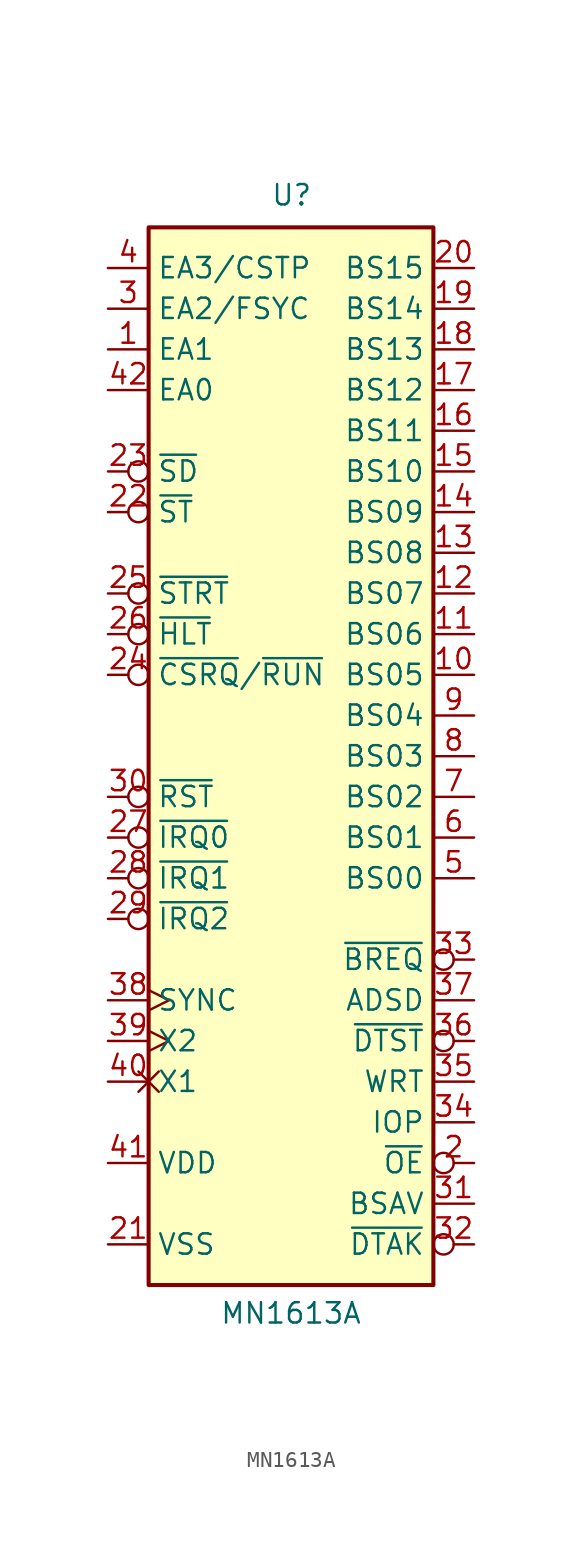
<source format=kicad_sym>
(kicad_symbol_lib
  (version 20231120)
  (generator "kicad_symbol_editor")
  (generator_version "8.0")
  (symbol "MN1613A"
    (property "Reference" "U"
      (at -1.27 34.29 0)
      (effects (font (size 1.27 1.27)) (justify left bottom)))
    (property "Value" "MN1613A"
      (at 0 -34.036 0)
      (effects (font (size 1.27 1.27)) (justify top)))
    (symbol "MN1613A_0_0"
      (pin output line (at -11.43 25.4 0) (length 2.54) (name "EA1" (effects (font (size 1.27 1.27)))) (number "1" (effects (font (size 1.27 1.27)))))
      (pin output line (at -11.43 22.86 0) (length 2.54) (name "EA0" (effects (font (size 1.27 1.27)))) (number "42" (effects (font (size 1.27 1.27))))))
    (symbol "MN1613A_0_1"
      (rectangle (start -8.89 -33.02) (end 8.89 33.02) (stroke (width 0.254) (type default)) (fill (type background))))
    (symbol "MN1613A_1_1"
      (pin bidirectional line (at 11.43 5.08 180) (length 2.54) (name "BS05" (effects (font (size 1.27 1.27)))) (number "10" (effects (font (size 1.27 1.27)))))
      (pin bidirectional line (at 11.43 7.62 180) (length 2.54) (name "BS06" (effects (font (size 1.27 1.27)))) (number "11" (effects (font (size 1.27 1.27)))))
      (pin bidirectional line (at 11.43 10.16 180) (length 2.54) (name "BS07" (effects (font (size 1.27 1.27)))) (number "12" (effects (font (size 1.27 1.27)))))
      (pin bidirectional line (at 11.43 12.7 180) (length 2.54) (name "BS08" (effects (font (size 1.27 1.27)))) (number "13" (effects (font (size 1.27 1.27)))))
      (pin bidirectional line (at 11.43 15.24 180) (length 2.54) (name "BS09" (effects (font (size 1.27 1.27)))) (number "14" (effects (font (size 1.27 1.27)))))
      (pin bidirectional line (at 11.43 17.78 180) (length 2.54) (name "BS10" (effects (font (size 1.27 1.27)))) (number "15" (effects (font (size 1.27 1.27)))))
      (pin bidirectional line (at 11.43 20.32 180) (length 2.54) (name "BS11" (effects (font (size 1.27 1.27)))) (number "16" (effects (font (size 1.27 1.27)))))
      (pin bidirectional line (at 11.43 22.86 180) (length 2.54) (name "BS12" (effects (font (size 1.27 1.27)))) (number "17" (effects (font (size 1.27 1.27)))))
      (pin bidirectional line (at 11.43 25.4 180) (length 2.54) (name "BS13" (effects (font (size 1.27 1.27)))) (number "18" (effects (font (size 1.27 1.27)))))
      (pin bidirectional line (at 11.43 27.94 180) (length 2.54) (name "BS14" (effects (font (size 1.27 1.27)))) (number "19" (effects (font (size 1.27 1.27)))))
      (pin output inverted (at 11.43 -25.4 180) (length 2.54) (name "~{OE}" (effects (font (size 1.27 1.27)))) (number "2" (effects (font (size 1.27 1.27)))))
      (pin bidirectional line (at 11.43 30.48 180) (length 2.54) (name "BS15" (effects (font (size 1.27 1.27)))) (number "20" (effects (font (size 1.27 1.27)))))
      (pin power_in line (at -11.43 -30.48 0) (length 2.54) (name "VSS" (effects (font (size 1.27 1.27)))) (number "21" (effects (font (size 1.27 1.27)))))
      (pin bidirectional inverted (at -11.43 15.24 0) (length 2.54) (name "~{ST}" (effects (font (size 1.27 1.27)))) (number "22" (effects (font (size 1.27 1.27)))))
      (pin bidirectional inverted (at -11.43 17.78 0) (length 2.54) (name "~{SD}" (effects (font (size 1.27 1.27)))) (number "23" (effects (font (size 1.27 1.27)))))
      (pin bidirectional inverted (at -11.43 5.08 0) (length 2.54) (name "~{CSRQ}/~{RUN}" (effects (font (size 1.27 1.27)))) (number "24" (effects (font (size 1.27 1.27)))))
      (pin input inverted (at -11.43 10.16 0) (length 2.54) (name "~{STRT}" (effects (font (size 1.27 1.27)))) (number "25" (effects (font (size 1.27 1.27)))))
      (pin input inverted (at -11.43 7.62 0) (length 2.54) (name "~{HLT}" (effects (font (size 1.27 1.27)))) (number "26" (effects (font (size 1.27 1.27)))))
      (pin input inverted (at -11.43 -5.08 0) (length 2.54) (name "~{IRQ0}" (effects (font (size 1.27 1.27)))) (number "27" (effects (font (size 1.27 1.27)))))
      (pin input inverted (at -11.43 -7.62 0) (length 2.54) (name "~{IRQ1}" (effects (font (size 1.27 1.27)))) (number "28" (effects (font (size 1.27 1.27)))))
      (pin input inverted (at -11.43 -10.16 0) (length 2.54) (name "~{IRQ2}" (effects (font (size 1.27 1.27)))) (number "29" (effects (font (size 1.27 1.27)))))
      (pin output line (at -11.43 27.94 0) (length 2.54) (name "EA2/FSYC" (effects (font (size 1.27 1.27)))) (number "3" (effects (font (size 1.27 1.27)))))
      (pin input inverted (at -11.43 -2.54 0) (length 2.54) (name "~{RST}" (effects (font (size 1.27 1.27)))) (number "30" (effects (font (size 1.27 1.27)))))
      (pin input line (at 11.43 -27.94 180) (length 2.54) (name "BSAV" (effects (font (size 1.27 1.27)))) (number "31" (effects (font (size 1.27 1.27)))))
      (pin input inverted (at 11.43 -30.48 180) (length 2.54) (name "~{DTAK}" (effects (font (size 1.27 1.27)))) (number "32" (effects (font (size 1.27 1.27)))))
      (pin output inverted (at 11.43 -12.7 180) (length 2.54) (name "~{BREQ}" (effects (font (size 1.27 1.27)))) (number "33" (effects (font (size 1.27 1.27)))))
      (pin output line (at 11.43 -22.86 180) (length 2.54) (name "IOP" (effects (font (size 1.27 1.27)))) (number "34" (effects (font (size 1.27 1.27)))))
      (pin output line (at 11.43 -20.32 180) (length 2.54) (name "WRT" (effects (font (size 1.27 1.27)))) (number "35" (effects (font (size 1.27 1.27)))))
      (pin output inverted (at 11.43 -17.78 180) (length 2.54) (name "~{DTST}" (effects (font (size 1.27 1.27)))) (number "36" (effects (font (size 1.27 1.27)))))
      (pin output line (at 11.43 -15.24 180) (length 2.54) (name "ADSD" (effects (font (size 1.27 1.27)))) (number "37" (effects (font (size 1.27 1.27)))))
      (pin output clock (at -11.43 -15.24 0) (length 2.54) (name "SYNC" (effects (font (size 1.27 1.27)))) (number "38" (effects (font (size 1.27 1.27)))))
      (pin input clock (at -11.43 -17.78 0) (length 2.54) (name "X2" (effects (font (size 1.27 1.27)))) (number "39" (effects (font (size 1.27 1.27)))))
      (pin bidirectional line (at -11.43 30.48 0) (length 2.54) (name "EA3/CSTP" (effects (font (size 1.27 1.27)))) (number "4" (effects (font (size 1.27 1.27)))))
      (pin passive non_logic (at -11.43 -20.32 0) (length 2.54) (name "X1" (effects (font (size 1.27 1.27)))) (number "40" (effects (font (size 1.27 1.27)))))
      (pin power_in line (at -11.43 -25.4 0) (length 2.54) (name "VDD" (effects (font (size 1.27 1.27)))) (number "41" (effects (font (size 1.27 1.27)))))
      (pin bidirectional line (at 11.43 -7.62 180) (length 2.54) (name "BS00" (effects (font (size 1.27 1.27)))) (number "5" (effects (font (size 1.27 1.27)))))
      (pin bidirectional line (at 11.43 -5.08 180) (length 2.54) (name "BS01" (effects (font (size 1.27 1.27)))) (number "6" (effects (font (size 1.27 1.27)))))
      (pin bidirectional line (at 11.43 -2.54 180) (length 2.54) (name "BS02" (effects (font (size 1.27 1.27)))) (number "7" (effects (font (size 1.27 1.27)))))
      (pin bidirectional line (at 11.43 0 180) (length 2.54) (name "BS03" (effects (font (size 1.27 1.27)))) (number "8" (effects (font (size 1.27 1.27)))))
      (pin bidirectional line (at 11.43 2.54 180) (length 2.54) (name "BS04" (effects (font (size 1.27 1.27)))) (number "9" (effects (font (size 1.27 1.27))))))))
</source>
